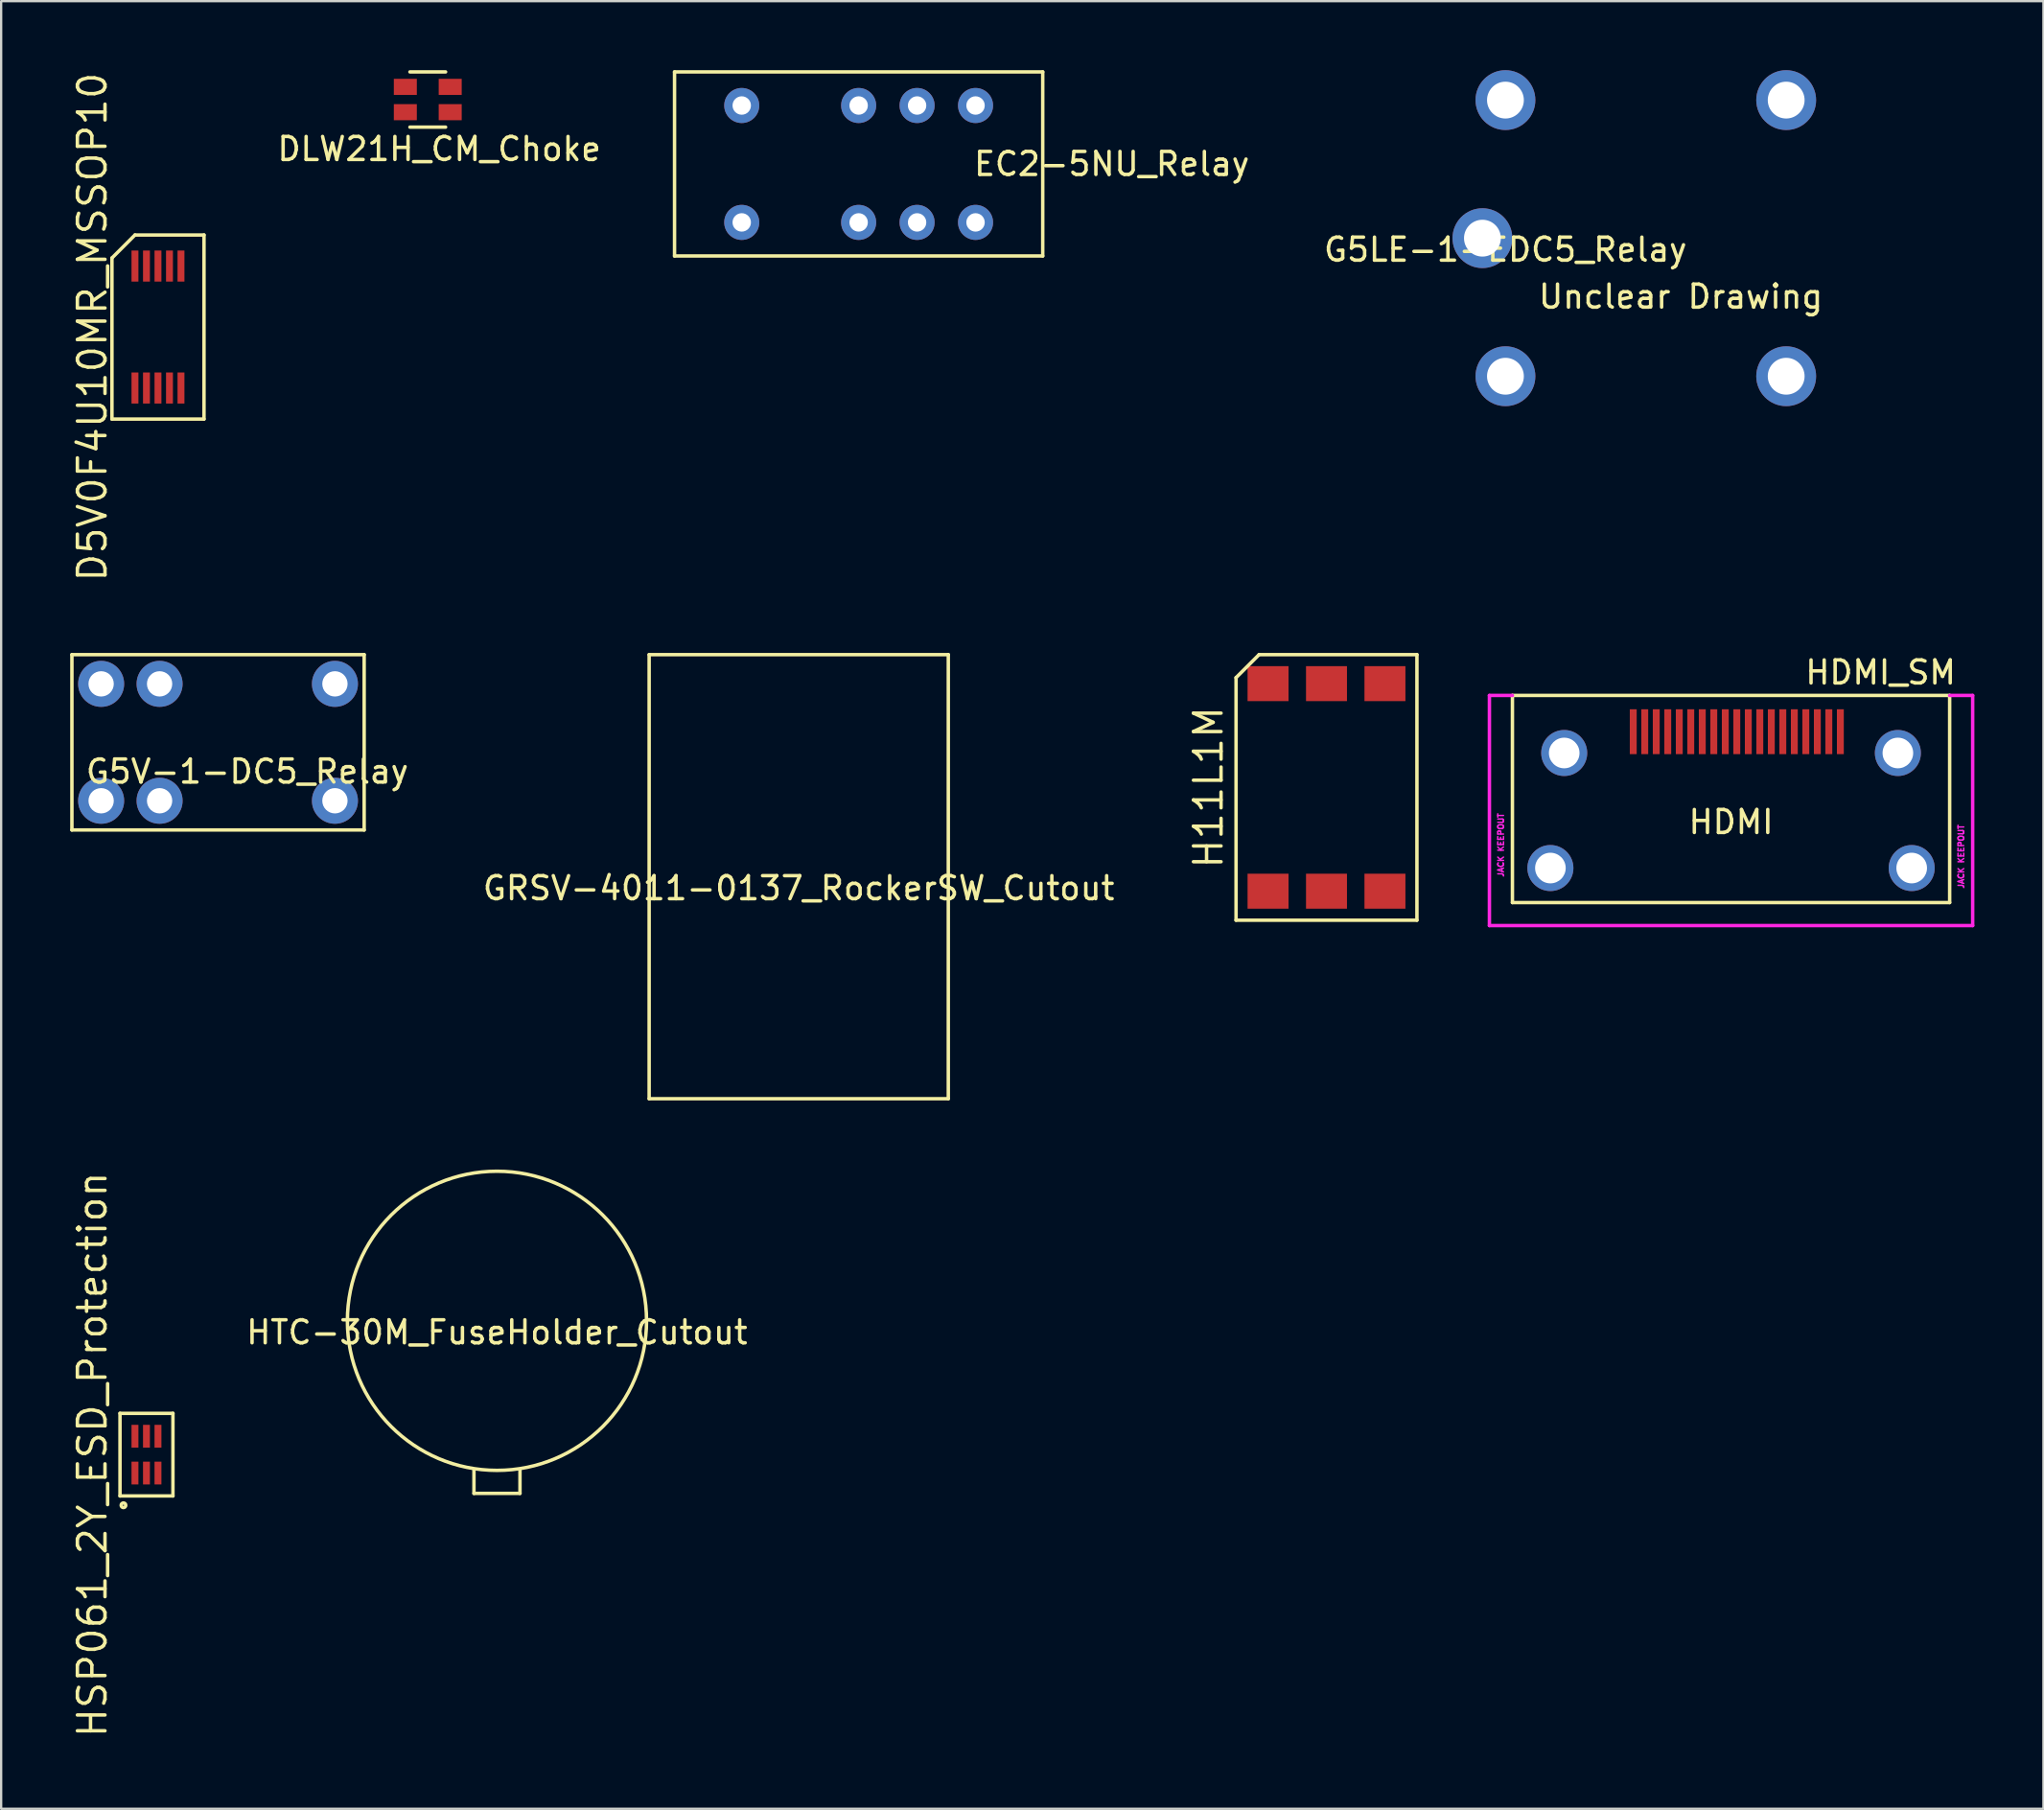
<source format=kicad_pcb>
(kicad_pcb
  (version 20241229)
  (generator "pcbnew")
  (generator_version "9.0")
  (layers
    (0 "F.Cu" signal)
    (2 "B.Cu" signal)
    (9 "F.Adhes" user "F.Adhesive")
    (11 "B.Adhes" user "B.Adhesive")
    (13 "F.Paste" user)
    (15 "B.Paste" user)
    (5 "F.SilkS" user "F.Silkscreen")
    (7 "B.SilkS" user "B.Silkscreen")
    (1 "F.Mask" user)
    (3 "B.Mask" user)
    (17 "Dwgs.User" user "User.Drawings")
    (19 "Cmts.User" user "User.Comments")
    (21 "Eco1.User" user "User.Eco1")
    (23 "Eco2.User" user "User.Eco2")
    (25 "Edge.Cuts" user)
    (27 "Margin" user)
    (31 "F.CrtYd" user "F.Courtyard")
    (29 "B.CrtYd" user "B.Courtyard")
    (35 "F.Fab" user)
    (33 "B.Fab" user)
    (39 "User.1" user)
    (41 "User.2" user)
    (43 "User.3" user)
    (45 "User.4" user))
  (footprint "HTC-30M_FuseHolder_Cutout"
    (layer "F.Cu")
    (at 18.546 54.349)
    (property "Reference" "HTC-30M_FuseHolder_Cutout" (at 0 0.5 0) (layer "F.SilkS") (effects (font (size 1 1) (thickness 0.15))))
    (attr through_hole)
    (fp_line (start -1 7.5) (end -1 6.5) (stroke (width 0.15) (type solid)) (layer "F.SilkS"))
    (fp_line (start -1 7.5) (end 1 7.5) (stroke (width 0.15) (type solid)) (layer "F.SilkS"))
    (fp_line (start 1 7.5) (end 1 6.5) (stroke (width 0.15) (type solid)) (layer "F.SilkS"))
    (fp_circle (center 0 0) (end 6.5 0) (stroke (width 0.15) (type solid)) (fill no) (layer "F.SilkS")))
  (footprint "HSP061_2Y_ESD_Protection"
    (layer "F.Cu")
    (at 3.315 60.165)
    (property "Reference" "HSP061_2Y_ESD_Protection" (at -2.35 0 90) (layer "F.SilkS") (effects (font (size 1.2 1.2) (thickness 0.15))))
    (attr through_hole)
    (fp_line (start -1.15 -1.795) (end -1.15 1.795) (stroke (width 0.15) (type solid)) (layer "F.SilkS"))
    (fp_line (start -1.15 1.795) (end 1.15 1.795) (stroke (width 0.15) (type solid)) (layer "F.SilkS"))
    (fp_line (start 1.15 -1.795) (end -1.15 -1.795) (stroke (width 0.15) (type solid)) (layer "F.SilkS"))
    (fp_line (start 1.15 1.795) (end 1.15 -1.795) (stroke (width 0.15) (type solid)) (layer "F.SilkS"))
    (fp_circle (center -1 2.2) (end -0.9 2.2) (stroke (width 0.15) (type solid)) (fill no) (layer "F.SilkS"))
    (pad "1" smd rect (at -0.5 0.8) (size 0.3 0.99) (layers "F.Cu" "F.Mask" "F.Paste"))
    (pad "2" smd rect (at 0 0.8) (size 0.3 0.99) (layers "F.Cu" "F.Mask" "F.Paste"))
    (pad "3" smd rect (at 0.5 0.8) (size 0.3 0.99) (layers "F.Cu" "F.Mask" "F.Paste"))
    (pad "4" smd rect (at 0.5 -0.8) (size 0.3 0.99) (layers "F.Cu" "F.Mask" "F.Paste"))
    (pad "5" smd rect (at 0 -0.8) (size 0.3 0.99) (layers "F.Cu" "F.Mask" "F.Paste"))
    (pad "6" smd rect (at -0.5 -0.8) (size 0.3 0.99) (layers "F.Cu" "F.Mask" "F.Paste")))
  (footprint "GRSV-4011-0137_RockerSW_Cutout"
    (layer "F.Cu")
    (at 31.659 35.049)
    (property "Reference" "GRSV-4011-0137_RockerSW_Cutout" (at 0 0.5 0) (layer "F.SilkS") (effects (font (size 1 1) (thickness 0.15))))
    (attr through_hole)
    (fp_line (start -6.5 -9.65) (end -6.5 9.65) (stroke (width 0.15) (type solid)) (layer "F.SilkS"))
    (fp_line (start -6.5 9.65) (end 6.5 9.65) (stroke (width 0.15) (type solid)) (layer "F.SilkS"))
    (fp_line (start 6.5 -9.65) (end -6.5 -9.65) (stroke (width 0.15) (type solid)) (layer "F.SilkS"))
    (fp_line (start 6.5 9.65) (end 6.5 -9.65) (stroke (width 0.15) (type solid)) (layer "F.SilkS")))
  (footprint "DLW21H_CM_Choke"
    (layer "F.Cu")
    (at 15.539 1.275)
    (property "Reference" "DLW21H_CM_Choke" (at 0.5 2.15 0) (layer "F.SilkS") (effects (font (size 1 1) (thickness 0.15))))
    (attr through_hole)
    (fp_line (start -0.775 -1.2) (end 0.775 -1.2) (stroke (width 0.15) (type solid)) (layer "F.SilkS"))
    (fp_line (start -0.775 1.2) (end 0.775 1.2) (stroke (width 0.15) (type solid)) (layer "F.SilkS"))
    (pad "1" smd rect (at -0.975 -0.55) (size 1 0.7) (layers "F.Cu" "F.Mask" "F.Paste"))
    (pad "2" smd rect (at 0.975 -0.55) (size 1 0.7) (layers "F.Cu" "F.Mask" "F.Paste"))
    (pad "3" smd rect (at 0.975 0.55) (size 1 0.7) (layers "F.Cu" "F.Mask" "F.Paste"))
    (pad "4" smd rect (at -0.975 0.55) (size 1 0.7) (layers "F.Cu" "F.Mask" "F.Paste")))
  (footprint "HDMI_SM"
    (layer "F.Cu")
    (at 72.174 29.673)
    (property "Reference" "HDMI_SM" (at 6.5 -3.5 0) (layer "F.SilkS") (effects (font (size 1 1) (thickness 0.15))))
    (attr through_hole)
    (fp_line (start -9.5 -2.5) (end -9.5 6.5) (stroke (width 0.15) (type solid)) (layer "F.SilkS"))
    (fp_line (start -9.5 6.5) (end 9.5 6.5) (stroke (width 0.15) (type solid)) (layer "F.SilkS"))
    (fp_line (start 9.5 -2.5) (end -9.5 -2.5) (stroke (width 0.15) (type solid)) (layer "F.SilkS"))
    (fp_line (start 9.5 6.5) (end 9.5 -2.5) (stroke (width 0.15) (type solid)) (layer "F.SilkS"))
    (fp_line (start -10.5 -2.5) (end -9.5 -2.5) (stroke (width 0.15) (type solid)) (layer "F.CrtYd"))
    (fp_line (start -10.5 7.5) (end -10.5 -2.5) (stroke (width 0.15) (type solid)) (layer "F.CrtYd"))
    (fp_line (start -10.5 7.5) (end 10.5 7.5) (stroke (width 0.15) (type solid)) (layer "F.CrtYd"))
    (fp_line (start 10.5 -2.5) (end 9.5 -2.5) (stroke (width 0.15) (type solid)) (layer "F.CrtYd"))
    (fp_line (start 10.5 7.5) (end 10.5 -2.5) (stroke (width 0.15) (type solid)) (layer "F.CrtYd"))
    (fp_text user "HDMI" (at 0 3 0) (layer "F.SilkS") (effects (font (size 1 1) (thickness 0.15))))
    (fp_text user "JACK KEEPOUT" (at -10 4 90) (layer "F.CrtYd") (effects (font (size 0.25 0.25) (thickness 0.062))))
    (fp_text user "JACK KEEPOUT" (at 10 4.5 90) (layer "F.CrtYd") (effects (font (size 0.25 0.25) (thickness 0.062))))
    (pad "1" smd rect (at 4.75 -0.925) (size 0.3 1.95) (layers "F.Cu" "F.Mask" "F.Paste"))
    (pad "2" smd rect (at 4.25 -0.925) (size 0.3 1.95) (layers "F.Cu" "F.Mask" "F.Paste"))
    (pad "3" smd rect (at 3.75 -0.925) (size 0.3 1.95) (layers "F.Cu" "F.Mask" "F.Paste"))
    (pad "4" smd rect (at 3.25 -0.925) (size 0.3 1.95) (layers "F.Cu" "F.Mask" "F.Paste"))
    (pad "5" smd rect (at 2.75 -0.925) (size 0.3 1.95) (layers "F.Cu" "F.Mask" "F.Paste"))
    (pad "6" smd rect (at 2.25 -0.925) (size 0.3 1.95) (layers "F.Cu" "F.Mask" "F.Paste"))
    (pad "7" smd rect (at 1.75 -0.925) (size 0.3 1.95) (layers "F.Cu" "F.Mask" "F.Paste"))
    (pad "8" smd rect (at 1.25 -0.925) (size 0.3 1.95) (layers "F.Cu" "F.Mask" "F.Paste"))
    (pad "9" smd rect (at 0.75 -0.925) (size 0.3 1.95) (layers "F.Cu" "F.Mask" "F.Paste"))
    (pad "10" smd rect (at 0.25 -0.925) (size 0.3 1.95) (layers "F.Cu" "F.Mask" "F.Paste"))
    (pad "11" smd rect (at -0.25 -0.925) (size 0.3 1.95) (layers "F.Cu" "F.Mask" "F.Paste"))
    (pad "12" smd rect (at -0.75 -0.925) (size 0.3 1.95) (layers "F.Cu" "F.Mask" "F.Paste"))
    (pad "13" smd rect (at -1.25 -0.925) (size 0.3 1.95) (layers "F.Cu" "F.Mask" "F.Paste"))
    (pad "14" smd rect (at -1.75 -0.925) (size 0.3 1.95) (layers "F.Cu" "F.Mask" "F.Paste"))
    (pad "15" smd rect (at -2.25 -0.925) (size 0.3 1.95) (layers "F.Cu" "F.Mask" "F.Paste"))
    (pad "16" smd rect (at -2.75 -0.925) (size 0.3 1.95) (layers "F.Cu" "F.Mask" "F.Paste"))
    (pad "17" smd rect (at -3.25 -0.925) (size 0.3 1.95) (layers "F.Cu" "F.Mask" "F.Paste"))
    (pad "18" smd rect (at -3.75 -0.925) (size 0.3 1.95) (layers "F.Cu" "F.Mask" "F.Paste"))
    (pad "19" smd rect (at -4.25 -0.925) (size 0.3 1.95) (layers "F.Cu" "F.Mask" "F.Paste"))
    (pad "20" thru_hole circle (at -7.85 5) (size 2 2) (drill 1.33) (layers "*.Cu" "*.Mask"))
    (pad "20" thru_hole circle (at -7.25 0) (size 2 2) (drill 1.33) (layers "*.Cu" "*.Mask"))
    (pad "20" thru_hole circle (at 7.25 0) (size 2 2) (drill 1.33) (layers "*.Cu" "*.Mask"))
    (pad "20" thru_hole circle (at 7.85 5) (size 2 2) (drill 1.33) (layers "*.Cu" "*.Mask")))
  (footprint "EC2-5NU_Relay"
    (layer "F.Cu")
    (at 34.263 4.075)
    (property "Reference" "EC2-5NU_Relay" (at 11 0 0) (layer "F.SilkS") (effects (font (size 1 1) (thickness 0.15))))
    (attr through_hole)
    (fp_line (start -8 -4) (end -8 4) (stroke (width 0.15) (type solid)) (layer "F.SilkS"))
    (fp_line (start -8 4) (end 8 4) (stroke (width 0.15) (type solid)) (layer "F.SilkS"))
    (fp_line (start 8 -4) (end -8 -4) (stroke (width 0.15) (type solid)) (layer "F.SilkS"))
    (fp_line (start 8 4) (end 8 -4) (stroke (width 0.15) (type solid)) (layer "F.SilkS"))
    (pad "1" thru_hole circle (at 5.08 -2.54) (size 1.524 1.524) (drill 0.8) (layers "*.Cu" "*.Mask"))
    (pad "3" thru_hole circle (at 0 -2.54) (size 1.524 1.524) (drill 0.8) (layers "*.Cu" "*.Mask"))
    (pad "5" thru_hole circle (at 2.54 -2.54) (size 1.524 1.524) (drill 0.8) (layers "*.Cu" "*.Mask"))
    (pad "8" thru_hole circle (at -5.08 -2.54) (size 1.524 1.524) (drill 0.8) (layers "*.Cu" "*.Mask"))
    (pad "9" thru_hole circle (at -5.08 2.54) (size 1.524 1.524) (drill 0.8) (layers "*.Cu" "*.Mask"))
    (pad "12" thru_hole circle (at 2.54 2.54) (size 1.524 1.524) (drill 0.8) (layers "*.Cu" "*.Mask"))
    (pad "14" thru_hole circle (at 0 2.54) (size 1.524 1.524) (drill 0.8) (layers "*.Cu" "*.Mask"))
    (pad "16" thru_hole circle (at 5.08 2.54) (size 1.524 1.524) (drill 0.8) (layers "*.Cu" "*.Mask")))
  (footprint "G5LE-1-EDC5_Relay"
    (layer "F.Cu")
    (at 62.37 7.3)
    (property "Reference" "G5LE-1-EDC5_Relay" (at 0 0.5 0) (layer "F.SilkS") (effects (font (size 1 1) (thickness 0.15))))
    (attr through_hole)
    (fp_text user "Unclear Drawing" (at 7.62 2.54 0) (layer "F.SilkS") (effects (font (size 1 1) (thickness 0.15))))
    (pad "1" thru_hole circle (at 12.2 -6) (size 2.6 2.6) (drill 1.6) (layers "*.Cu" "*.Mask"))
    (pad "2" thru_hole circle (at 12.2 6) (size 2.6 2.6) (drill 1.6) (layers "*.Cu" "*.Mask"))
    (pad "3" thru_hole circle (at 0 6) (size 2.6 2.6) (drill 1.6) (layers "*.Cu" "*.Mask"))
    (pad "4" thru_hole circle (at 0 -6) (size 2.6 2.6) (drill 1.6) (layers "*.Cu" "*.Mask"))
    (pad "5" thru_hole circle (at -1 0) (size 2.6 2.6) (drill 1.6) (layers "*.Cu" "*.Mask")))
  (footprint "G5V-1-DC5_Relay"
    (layer "F.Cu")
    (at 6.425 29.209)
    (property "Reference" "G5V-1-DC5_Relay" (at 1.27 1.27 0) (layer "F.SilkS") (effects (font (size 1 1) (thickness 0.15))))
    (attr through_hole)
    (fp_line (start -6.35 -3.81) (end 6.35 -3.81) (stroke (width 0.15) (type solid)) (layer "F.SilkS"))
    (fp_line (start -6.35 3.81) (end -6.35 -3.81) (stroke (width 0.15) (type solid)) (layer "F.SilkS"))
    (fp_line (start 6.35 -3.81) (end 6.35 3.81) (stroke (width 0.15) (type solid)) (layer "F.SilkS"))
    (fp_line (start 6.35 3.81) (end -6.35 3.81) (stroke (width 0.15) (type solid)) (layer "F.SilkS"))
    (pad "1" thru_hole circle (at 5.08 -2.54) (size 2 2) (drill 1.1) (layers "*.Cu" "*.Mask"))
    (pad "1" thru_hole circle (at 5.08 2.54) (size 2 2) (drill 1.1) (layers "*.Cu" "*.Mask"))
    (pad "2" thru_hole circle (at -2.54 -2.54) (size 2 2) (drill 1.1) (layers "*.Cu" "*.Mask"))
    (pad "3" thru_hole circle (at -5.08 2.54) (size 2 2) (drill 1.1) (layers "*.Cu" "*.Mask"))
    (pad "4" thru_hole circle (at -5.08 -2.54) (size 2 2) (drill 1.1) (layers "*.Cu" "*.Mask"))
    (pad "5" thru_hole circle (at -2.54 2.54) (size 2 2) (drill 1.1) (layers "*.Cu" "*.Mask")))
  (footprint "D5V0F4U10MR_MSSOP10"
    (layer "F.Cu")
    (at 3.815 11.162)
    (property "Reference" "D5V0F4U10MR_MSSOP10" (at -2.85 0 90) (layer "F.SilkS") (effects (font (size 1.2 1.2) (thickness 0.15))))
    (attr through_hole)
    (fp_line (start -2 -3) (end -2 4) (stroke (width 0.15) (type solid)) (layer "F.SilkS"))
    (fp_line (start -2 4) (end 2 4) (stroke (width 0.15) (type solid)) (layer "F.SilkS"))
    (fp_line (start -1 -4) (end -2 -3) (stroke (width 0.15) (type solid)) (layer "F.SilkS"))
    (fp_line (start 2 -4) (end -1 -4) (stroke (width 0.15) (type solid)) (layer "F.SilkS"))
    (fp_line (start 2 4) (end 2 -4) (stroke (width 0.15) (type solid)) (layer "F.SilkS"))
    (pad "1" smd rect (at -1 2.65) (size 0.3 1.35) (layers "F.Cu" "F.Mask" "F.Paste"))
    (pad "2" smd rect (at -0.5 2.65) (size 0.3 1.35) (layers "F.Cu" "F.Mask" "F.Paste"))
    (pad "3" smd rect (at 0 2.65) (size 0.3 1.35) (layers "F.Cu" "F.Mask" "F.Paste"))
    (pad "4" smd rect (at 0.5 2.65) (size 0.3 1.35) (layers "F.Cu" "F.Mask" "F.Paste"))
    (pad "5" smd rect (at 1 2.65) (size 0.3 1.35) (layers "F.Cu" "F.Mask" "F.Paste"))
    (pad "6" smd rect (at 1 -2.65) (size 0.3 1.35) (layers "F.Cu" "F.Mask" "F.Paste"))
    (pad "7" smd rect (at 0.5 -2.65) (size 0.3 1.35) (layers "F.Cu" "F.Mask" "F.Paste"))
    (pad "8" smd rect (at 0 -2.65) (size 0.3 1.35) (layers "F.Cu" "F.Mask" "F.Paste"))
    (pad "9" smd rect (at -0.5 -2.65) (size 0.3 1.35) (layers "F.Cu" "F.Mask" "F.Paste"))
    (pad "10" smd rect (at -1 -2.65) (size 0.3 1.35) (layers "F.Cu" "F.Mask" "F.Paste")))
  (footprint "H11L1M"
    (layer "F.Cu")
    (at 54.594 31.169)
    (property "Reference" "H11L1M" (at -5.13 0 90) (layer "F.SilkS") (effects (font (size 1.2 1.2) (thickness 0.15))))
    (attr through_hole)
    (fp_line (start -3.93 -4.77) (end -3.93 5.77) (stroke (width 0.15) (type solid)) (layer "F.SilkS"))
    (fp_line (start -3.93 5.77) (end 3.93 5.77) (stroke (width 0.15) (type solid)) (layer "F.SilkS"))
    (fp_line (start -2.93 -5.77) (end -3.93 -4.77) (stroke (width 0.15) (type solid)) (layer "F.SilkS"))
    (fp_line (start 3.93 -5.77) (end -2.93 -5.77) (stroke (width 0.15) (type solid)) (layer "F.SilkS"))
    (fp_line (start 3.93 5.77) (end 3.93 -5.77) (stroke (width 0.15) (type solid)) (layer "F.SilkS"))
    (pad "1" smd rect (at -2.54 4.51) (size 1.78 1.52) (layers "F.Cu" "F.Mask" "F.Paste"))
    (pad "2" smd rect (at 0 4.51) (size 1.78 1.52) (layers "F.Cu" "F.Mask" "F.Paste"))
    (pad "3" smd rect (at 2.54 4.51) (size 1.78 1.52) (layers "F.Cu" "F.Mask" "F.Paste"))
    (pad "4" smd rect (at 2.54 -4.51) (size 1.78 1.52) (layers "F.Cu" "F.Mask" "F.Paste"))
    (pad "5" smd rect (at 0 -4.51) (size 1.78 1.52) (layers "F.Cu" "F.Mask" "F.Paste"))
    (pad "6" smd rect (at -2.54 -4.51) (size 1.78 1.52) (layers "F.Cu" "F.Mask" "F.Paste")))
  (gr_rect
    (start -3 -3)
    (end 85.749 75.556)
    (stroke (width 0.1) (type default))
    (fill no)
    (layer "Edge.Cuts")))
</source>
